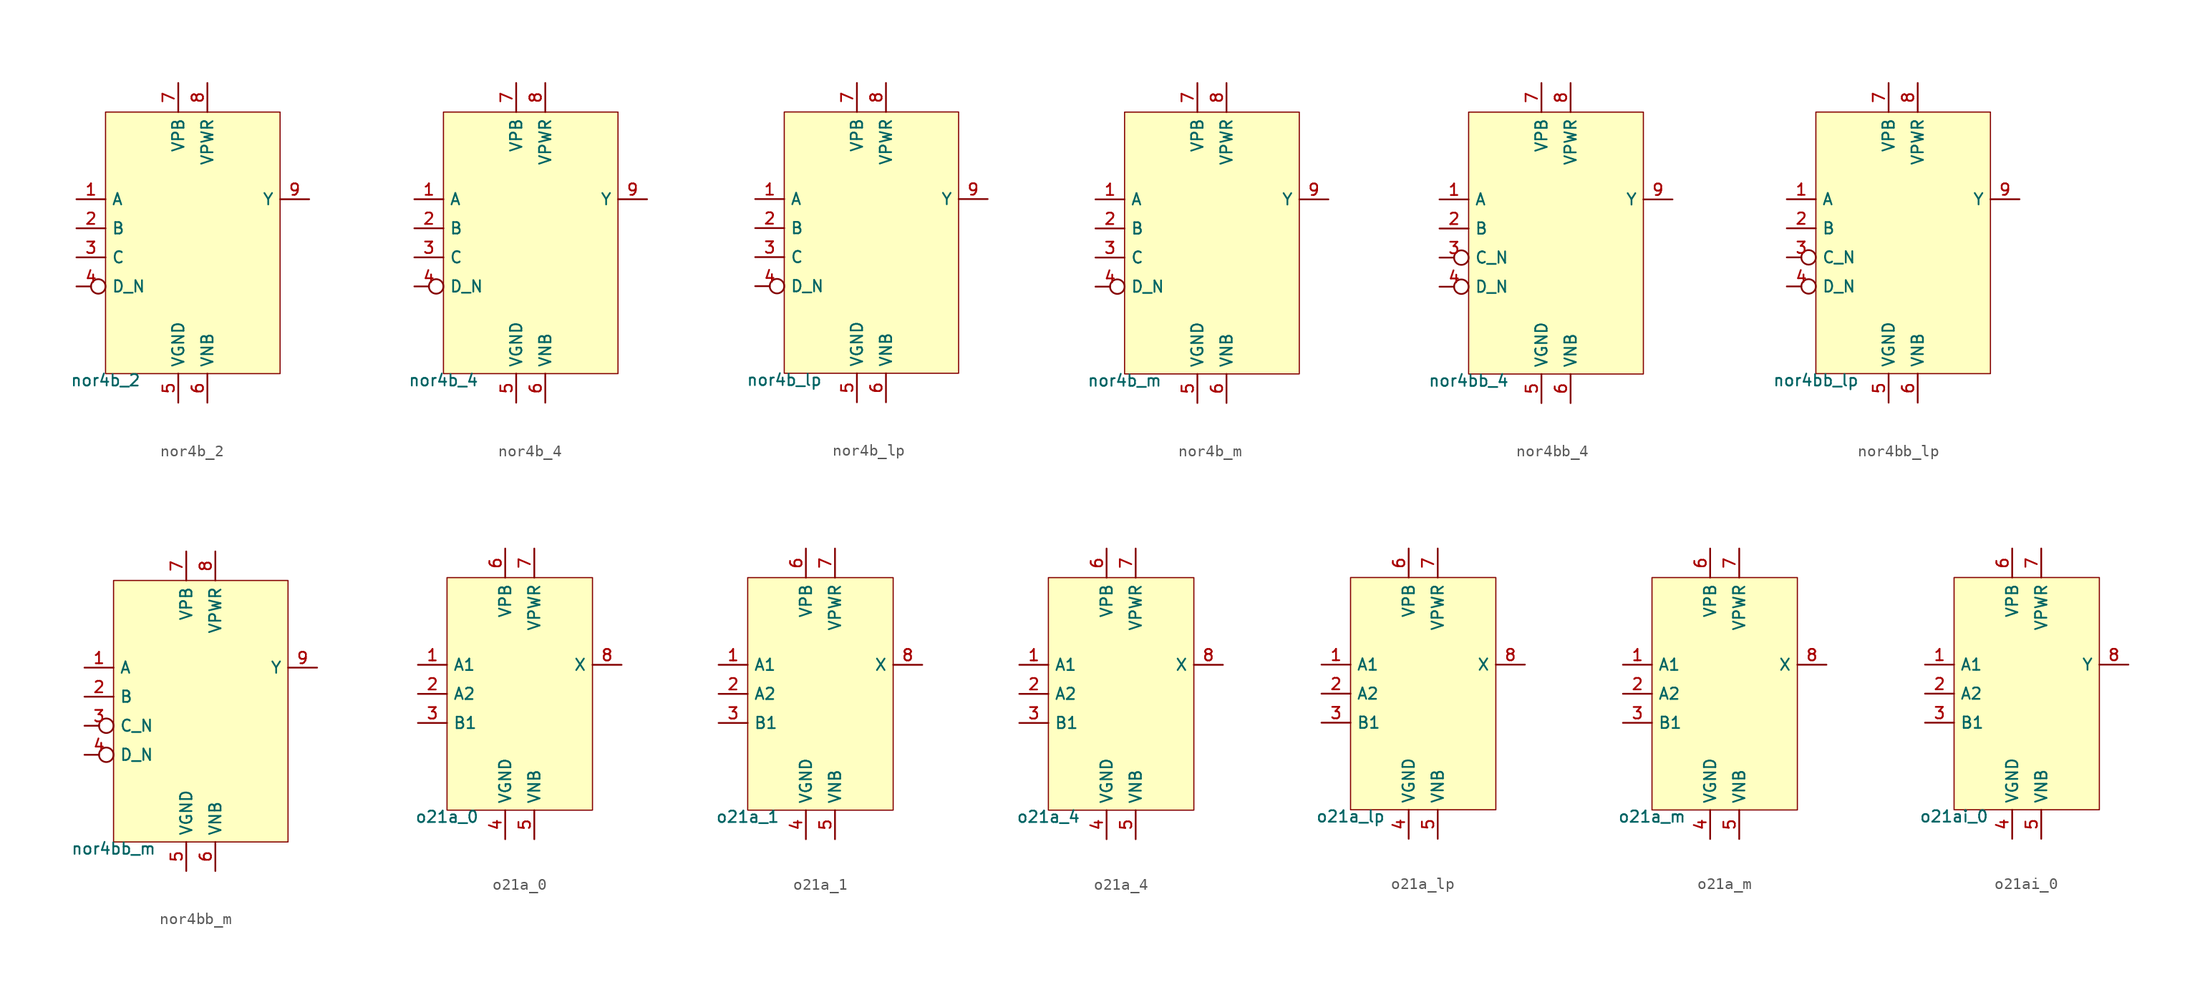
<source format=kicad_sym>
(kicad_symbol_lib
  (version 20211014)
  (generator pdk2kicad)
  (symbol "nor4b_2"
    (property "Reference" "X"
      (at 0 0 0)
      (effects (font (size 1 1)) hide))
    (property "Value" "nor4b_2"
      (at -7.62 -11.43 0)
      (effects (font (size 1 1)) (justify top)))
    (rectangle
      (start -7.62 -11.43)
      (end 7.62 11.43)
      (stroke (width 0.1) (type solid) (color 0 0 0 0))
      (fill (type background)))
    (pin input line
      (at -10.16 3.81 0)
      (length 2.54)
      (name "A" (effects (font (size 1 1)) hide))
      (number "1" (effects (font (size 1 1)) hide)))
    (pin input line
      (at -10.16 1.27 0)
      (length 2.54)
      (name "B" (effects (font (size 1 1)) hide))
      (number "2" (effects (font (size 1 1)) hide)))
    (pin input line
      (at -10.16 -1.27 0)
      (length 2.54)
      (name "C" (effects (font (size 1 1)) hide))
      (number "3" (effects (font (size 1 1)) hide)))
    (pin input inverted
      (at -10.16 -3.81 0)
      (length 2.54)
      (name "D_N" (effects (font (size 1 1)) hide))
      (number "4" (effects (font (size 1 1)) hide)))
    (pin power_in line
      (at -1.27 -13.97 90)
      (length 2.54)
      (name "VGND" (effects (font (size 1 1)) hide))
      (number "5" (effects (font (size 1 1)) hide)))
    (pin power_in line
      (at 1.27 -13.97 90)
      (length 2.54)
      (name "VNB" (effects (font (size 1 1)) hide))
      (number "6" (effects (font (size 1 1)) hide)))
    (pin power_in line
      (at -1.27 13.97 270)
      (length 2.54)
      (name "VPB" (effects (font (size 1 1)) hide))
      (number "7" (effects (font (size 1 1)) hide)))
    (pin power_in line
      (at 1.27 13.97 270)
      (length 2.54)
      (name "VPWR" (effects (font (size 1 1)) hide))
      (number "8" (effects (font (size 1 1)) hide)))
    (pin output line
      (at 10.16 3.81 180)
      (length 2.54)
      (name "Y" (effects (font (size 1 1)) hide))
      (number "9" (effects (font (size 1 1)) hide))))
  (symbol "nor4b_4"
    (property "Reference" "X"
      (at 0 0 0)
      (effects (font (size 1 1)) hide))
    (property "Value" "nor4b_4"
      (at -7.62 -11.43 0)
      (effects (font (size 1 1)) (justify top)))
    (rectangle
      (start -7.62 -11.43)
      (end 7.62 11.43)
      (stroke (width 0.1) (type solid) (color 0 0 0 0))
      (fill (type background)))
    (pin input line
      (at -10.16 3.81 0)
      (length 2.54)
      (name "A" (effects (font (size 1 1)) hide))
      (number "1" (effects (font (size 1 1)) hide)))
    (pin input line
      (at -10.16 1.27 0)
      (length 2.54)
      (name "B" (effects (font (size 1 1)) hide))
      (number "2" (effects (font (size 1 1)) hide)))
    (pin input line
      (at -10.16 -1.27 0)
      (length 2.54)
      (name "C" (effects (font (size 1 1)) hide))
      (number "3" (effects (font (size 1 1)) hide)))
    (pin input inverted
      (at -10.16 -3.81 0)
      (length 2.54)
      (name "D_N" (effects (font (size 1 1)) hide))
      (number "4" (effects (font (size 1 1)) hide)))
    (pin power_in line
      (at -1.27 -13.97 90)
      (length 2.54)
      (name "VGND" (effects (font (size 1 1)) hide))
      (number "5" (effects (font (size 1 1)) hide)))
    (pin power_in line
      (at 1.27 -13.97 90)
      (length 2.54)
      (name "VNB" (effects (font (size 1 1)) hide))
      (number "6" (effects (font (size 1 1)) hide)))
    (pin power_in line
      (at -1.27 13.97 270)
      (length 2.54)
      (name "VPB" (effects (font (size 1 1)) hide))
      (number "7" (effects (font (size 1 1)) hide)))
    (pin power_in line
      (at 1.27 13.97 270)
      (length 2.54)
      (name "VPWR" (effects (font (size 1 1)) hide))
      (number "8" (effects (font (size 1 1)) hide)))
    (pin output line
      (at 10.16 3.81 180)
      (length 2.54)
      (name "Y" (effects (font (size 1 1)) hide))
      (number "9" (effects (font (size 1 1)) hide))))
  (symbol "nor4b_lp"
    (property "Reference" "X"
      (at 0 0 0)
      (effects (font (size 1 1)) hide))
    (property "Value" "nor4b_lp"
      (at -7.62 -11.43 0)
      (effects (font (size 1 1)) (justify top)))
    (rectangle
      (start -7.62 -11.43)
      (end 7.62 11.43)
      (stroke (width 0.1) (type solid) (color 0 0 0 0))
      (fill (type background)))
    (pin input line
      (at -10.16 3.81 0)
      (length 2.54)
      (name "A" (effects (font (size 1 1)) hide))
      (number "1" (effects (font (size 1 1)) hide)))
    (pin input line
      (at -10.16 1.27 0)
      (length 2.54)
      (name "B" (effects (font (size 1 1)) hide))
      (number "2" (effects (font (size 1 1)) hide)))
    (pin input line
      (at -10.16 -1.27 0)
      (length 2.54)
      (name "C" (effects (font (size 1 1)) hide))
      (number "3" (effects (font (size 1 1)) hide)))
    (pin input inverted
      (at -10.16 -3.81 0)
      (length 2.54)
      (name "D_N" (effects (font (size 1 1)) hide))
      (number "4" (effects (font (size 1 1)) hide)))
    (pin power_in line
      (at -1.27 -13.97 90)
      (length 2.54)
      (name "VGND" (effects (font (size 1 1)) hide))
      (number "5" (effects (font (size 1 1)) hide)))
    (pin power_in line
      (at 1.27 -13.97 90)
      (length 2.54)
      (name "VNB" (effects (font (size 1 1)) hide))
      (number "6" (effects (font (size 1 1)) hide)))
    (pin power_in line
      (at -1.27 13.97 270)
      (length 2.54)
      (name "VPB" (effects (font (size 1 1)) hide))
      (number "7" (effects (font (size 1 1)) hide)))
    (pin power_in line
      (at 1.27 13.97 270)
      (length 2.54)
      (name "VPWR" (effects (font (size 1 1)) hide))
      (number "8" (effects (font (size 1 1)) hide)))
    (pin output line
      (at 10.16 3.81 180)
      (length 2.54)
      (name "Y" (effects (font (size 1 1)) hide))
      (number "9" (effects (font (size 1 1)) hide))))
  (symbol "nor4b_m"
    (property "Reference" "X"
      (at 0 0 0)
      (effects (font (size 1 1)) hide))
    (property "Value" "nor4b_m"
      (at -7.62 -11.43 0)
      (effects (font (size 1 1)) (justify top)))
    (rectangle
      (start -7.62 -11.43)
      (end 7.62 11.43)
      (stroke (width 0.1) (type solid) (color 0 0 0 0))
      (fill (type background)))
    (pin input line
      (at -10.16 3.81 0)
      (length 2.54)
      (name "A" (effects (font (size 1 1)) hide))
      (number "1" (effects (font (size 1 1)) hide)))
    (pin input line
      (at -10.16 1.27 0)
      (length 2.54)
      (name "B" (effects (font (size 1 1)) hide))
      (number "2" (effects (font (size 1 1)) hide)))
    (pin input line
      (at -10.16 -1.27 0)
      (length 2.54)
      (name "C" (effects (font (size 1 1)) hide))
      (number "3" (effects (font (size 1 1)) hide)))
    (pin input inverted
      (at -10.16 -3.81 0)
      (length 2.54)
      (name "D_N" (effects (font (size 1 1)) hide))
      (number "4" (effects (font (size 1 1)) hide)))
    (pin power_in line
      (at -1.27 -13.97 90)
      (length 2.54)
      (name "VGND" (effects (font (size 1 1)) hide))
      (number "5" (effects (font (size 1 1)) hide)))
    (pin power_in line
      (at 1.27 -13.97 90)
      (length 2.54)
      (name "VNB" (effects (font (size 1 1)) hide))
      (number "6" (effects (font (size 1 1)) hide)))
    (pin power_in line
      (at -1.27 13.97 270)
      (length 2.54)
      (name "VPB" (effects (font (size 1 1)) hide))
      (number "7" (effects (font (size 1 1)) hide)))
    (pin power_in line
      (at 1.27 13.97 270)
      (length 2.54)
      (name "VPWR" (effects (font (size 1 1)) hide))
      (number "8" (effects (font (size 1 1)) hide)))
    (pin output line
      (at 10.16 3.81 180)
      (length 2.54)
      (name "Y" (effects (font (size 1 1)) hide))
      (number "9" (effects (font (size 1 1)) hide))))
  (symbol "nor4bb_4"
    (property "Reference" "X"
      (at 0 0 0)
      (effects (font (size 1 1)) hide))
    (property "Value" "nor4bb_4"
      (at -7.62 -11.43 0)
      (effects (font (size 1 1)) (justify top)))
    (rectangle
      (start -7.62 -11.43)
      (end 7.62 11.43)
      (stroke (width 0.1) (type solid) (color 0 0 0 0))
      (fill (type background)))
    (pin input line
      (at -10.16 3.81 0)
      (length 2.54)
      (name "A" (effects (font (size 1 1)) hide))
      (number "1" (effects (font (size 1 1)) hide)))
    (pin input line
      (at -10.16 1.27 0)
      (length 2.54)
      (name "B" (effects (font (size 1 1)) hide))
      (number "2" (effects (font (size 1 1)) hide)))
    (pin input inverted
      (at -10.16 -1.27 0)
      (length 2.54)
      (name "C_N" (effects (font (size 1 1)) hide))
      (number "3" (effects (font (size 1 1)) hide)))
    (pin input inverted
      (at -10.16 -3.81 0)
      (length 2.54)
      (name "D_N" (effects (font (size 1 1)) hide))
      (number "4" (effects (font (size 1 1)) hide)))
    (pin power_in line
      (at -1.27 -13.97 90)
      (length 2.54)
      (name "VGND" (effects (font (size 1 1)) hide))
      (number "5" (effects (font (size 1 1)) hide)))
    (pin power_in line
      (at 1.27 -13.97 90)
      (length 2.54)
      (name "VNB" (effects (font (size 1 1)) hide))
      (number "6" (effects (font (size 1 1)) hide)))
    (pin power_in line
      (at -1.27 13.97 270)
      (length 2.54)
      (name "VPB" (effects (font (size 1 1)) hide))
      (number "7" (effects (font (size 1 1)) hide)))
    (pin power_in line
      (at 1.27 13.97 270)
      (length 2.54)
      (name "VPWR" (effects (font (size 1 1)) hide))
      (number "8" (effects (font (size 1 1)) hide)))
    (pin output line
      (at 10.16 3.81 180)
      (length 2.54)
      (name "Y" (effects (font (size 1 1)) hide))
      (number "9" (effects (font (size 1 1)) hide))))
  (symbol "nor4bb_lp"
    (property "Reference" "X"
      (at 0 0 0)
      (effects (font (size 1 1)) hide))
    (property "Value" "nor4bb_lp"
      (at -7.62 -11.43 0)
      (effects (font (size 1 1)) (justify top)))
    (rectangle
      (start -7.62 -11.43)
      (end 7.62 11.43)
      (stroke (width 0.1) (type solid) (color 0 0 0 0))
      (fill (type background)))
    (pin input line
      (at -10.16 3.81 0)
      (length 2.54)
      (name "A" (effects (font (size 1 1)) hide))
      (number "1" (effects (font (size 1 1)) hide)))
    (pin input line
      (at -10.16 1.27 0)
      (length 2.54)
      (name "B" (effects (font (size 1 1)) hide))
      (number "2" (effects (font (size 1 1)) hide)))
    (pin input inverted
      (at -10.16 -1.27 0)
      (length 2.54)
      (name "C_N" (effects (font (size 1 1)) hide))
      (number "3" (effects (font (size 1 1)) hide)))
    (pin input inverted
      (at -10.16 -3.81 0)
      (length 2.54)
      (name "D_N" (effects (font (size 1 1)) hide))
      (number "4" (effects (font (size 1 1)) hide)))
    (pin power_in line
      (at -1.27 -13.97 90)
      (length 2.54)
      (name "VGND" (effects (font (size 1 1)) hide))
      (number "5" (effects (font (size 1 1)) hide)))
    (pin power_in line
      (at 1.27 -13.97 90)
      (length 2.54)
      (name "VNB" (effects (font (size 1 1)) hide))
      (number "6" (effects (font (size 1 1)) hide)))
    (pin power_in line
      (at -1.27 13.97 270)
      (length 2.54)
      (name "VPB" (effects (font (size 1 1)) hide))
      (number "7" (effects (font (size 1 1)) hide)))
    (pin power_in line
      (at 1.27 13.97 270)
      (length 2.54)
      (name "VPWR" (effects (font (size 1 1)) hide))
      (number "8" (effects (font (size 1 1)) hide)))
    (pin output line
      (at 10.16 3.81 180)
      (length 2.54)
      (name "Y" (effects (font (size 1 1)) hide))
      (number "9" (effects (font (size 1 1)) hide))))
  (symbol "nor4bb_m"
    (property "Reference" "X"
      (at 0 0 0)
      (effects (font (size 1 1)) hide))
    (property "Value" "nor4bb_m"
      (at -7.62 -11.43 0)
      (effects (font (size 1 1)) (justify top)))
    (rectangle
      (start -7.62 -11.43)
      (end 7.62 11.43)
      (stroke (width 0.1) (type solid) (color 0 0 0 0))
      (fill (type background)))
    (pin input line
      (at -10.16 3.81 0)
      (length 2.54)
      (name "A" (effects (font (size 1 1)) hide))
      (number "1" (effects (font (size 1 1)) hide)))
    (pin input line
      (at -10.16 1.27 0)
      (length 2.54)
      (name "B" (effects (font (size 1 1)) hide))
      (number "2" (effects (font (size 1 1)) hide)))
    (pin input inverted
      (at -10.16 -1.27 0)
      (length 2.54)
      (name "C_N" (effects (font (size 1 1)) hide))
      (number "3" (effects (font (size 1 1)) hide)))
    (pin input inverted
      (at -10.16 -3.81 0)
      (length 2.54)
      (name "D_N" (effects (font (size 1 1)) hide))
      (number "4" (effects (font (size 1 1)) hide)))
    (pin power_in line
      (at -1.27 -13.97 90)
      (length 2.54)
      (name "VGND" (effects (font (size 1 1)) hide))
      (number "5" (effects (font (size 1 1)) hide)))
    (pin power_in line
      (at 1.27 -13.97 90)
      (length 2.54)
      (name "VNB" (effects (font (size 1 1)) hide))
      (number "6" (effects (font (size 1 1)) hide)))
    (pin power_in line
      (at -1.27 13.97 270)
      (length 2.54)
      (name "VPB" (effects (font (size 1 1)) hide))
      (number "7" (effects (font (size 1 1)) hide)))
    (pin power_in line
      (at 1.27 13.97 270)
      (length 2.54)
      (name "VPWR" (effects (font (size 1 1)) hide))
      (number "8" (effects (font (size 1 1)) hide)))
    (pin output line
      (at 10.16 3.81 180)
      (length 2.54)
      (name "Y" (effects (font (size 1 1)) hide))
      (number "9" (effects (font (size 1 1)) hide))))
  (symbol "o21a_0"
    (property "Reference" "X"
      (at 0 0 0)
      (effects (font (size 1 1)) hide))
    (property "Value" "o21a_0"
      (at -6.35 -10.16 0)
      (effects (font (size 1 1)) (justify top)))
    (rectangle
      (start -6.35 -10.16)
      (end 6.35 10.16)
      (stroke (width 0.1) (type solid) (color 0 0 0 0))
      (fill (type background)))
    (pin input line
      (at -8.89 2.54 0)
      (length 2.54)
      (name "A1" (effects (font (size 1 1)) hide))
      (number "1" (effects (font (size 1 1)) hide)))
    (pin input line
      (at -8.89 0.0 0)
      (length 2.54)
      (name "A2" (effects (font (size 1 1)) hide))
      (number "2" (effects (font (size 1 1)) hide)))
    (pin input line
      (at -8.89 -2.54 0)
      (length 2.54)
      (name "B1" (effects (font (size 1 1)) hide))
      (number "3" (effects (font (size 1 1)) hide)))
    (pin power_in line
      (at -1.27 -12.7 90)
      (length 2.54)
      (name "VGND" (effects (font (size 1 1)) hide))
      (number "4" (effects (font (size 1 1)) hide)))
    (pin power_in line
      (at 1.27 -12.7 90)
      (length 2.54)
      (name "VNB" (effects (font (size 1 1)) hide))
      (number "5" (effects (font (size 1 1)) hide)))
    (pin power_in line
      (at -1.27 12.7 270)
      (length 2.54)
      (name "VPB" (effects (font (size 1 1)) hide))
      (number "6" (effects (font (size 1 1)) hide)))
    (pin power_in line
      (at 1.27 12.7 270)
      (length 2.54)
      (name "VPWR" (effects (font (size 1 1)) hide))
      (number "7" (effects (font (size 1 1)) hide)))
    (pin output line
      (at 8.89 2.54 180)
      (length 2.54)
      (name "X" (effects (font (size 1 1)) hide))
      (number "8" (effects (font (size 1 1)) hide))))
  (symbol "o21a_1"
    (property "Reference" "X"
      (at 0 0 0)
      (effects (font (size 1 1)) hide))
    (property "Value" "o21a_1"
      (at -6.35 -10.16 0)
      (effects (font (size 1 1)) (justify top)))
    (rectangle
      (start -6.35 -10.16)
      (end 6.35 10.16)
      (stroke (width 0.1) (type solid) (color 0 0 0 0))
      (fill (type background)))
    (pin input line
      (at -8.89 2.54 0)
      (length 2.54)
      (name "A1" (effects (font (size 1 1)) hide))
      (number "1" (effects (font (size 1 1)) hide)))
    (pin input line
      (at -8.89 0.0 0)
      (length 2.54)
      (name "A2" (effects (font (size 1 1)) hide))
      (number "2" (effects (font (size 1 1)) hide)))
    (pin input line
      (at -8.89 -2.54 0)
      (length 2.54)
      (name "B1" (effects (font (size 1 1)) hide))
      (number "3" (effects (font (size 1 1)) hide)))
    (pin power_in line
      (at -1.27 -12.7 90)
      (length 2.54)
      (name "VGND" (effects (font (size 1 1)) hide))
      (number "4" (effects (font (size 1 1)) hide)))
    (pin power_in line
      (at 1.27 -12.7 90)
      (length 2.54)
      (name "VNB" (effects (font (size 1 1)) hide))
      (number "5" (effects (font (size 1 1)) hide)))
    (pin power_in line
      (at -1.27 12.7 270)
      (length 2.54)
      (name "VPB" (effects (font (size 1 1)) hide))
      (number "6" (effects (font (size 1 1)) hide)))
    (pin power_in line
      (at 1.27 12.7 270)
      (length 2.54)
      (name "VPWR" (effects (font (size 1 1)) hide))
      (number "7" (effects (font (size 1 1)) hide)))
    (pin output line
      (at 8.89 2.54 180)
      (length 2.54)
      (name "X" (effects (font (size 1 1)) hide))
      (number "8" (effects (font (size 1 1)) hide))))
  (symbol "o21a_4"
    (property "Reference" "X"
      (at 0 0 0)
      (effects (font (size 1 1)) hide))
    (property "Value" "o21a_4"
      (at -6.35 -10.16 0)
      (effects (font (size 1 1)) (justify top)))
    (rectangle
      (start -6.35 -10.16)
      (end 6.35 10.16)
      (stroke (width 0.1) (type solid) (color 0 0 0 0))
      (fill (type background)))
    (pin input line
      (at -8.89 2.54 0)
      (length 2.54)
      (name "A1" (effects (font (size 1 1)) hide))
      (number "1" (effects (font (size 1 1)) hide)))
    (pin input line
      (at -8.89 0.0 0)
      (length 2.54)
      (name "A2" (effects (font (size 1 1)) hide))
      (number "2" (effects (font (size 1 1)) hide)))
    (pin input line
      (at -8.89 -2.54 0)
      (length 2.54)
      (name "B1" (effects (font (size 1 1)) hide))
      (number "3" (effects (font (size 1 1)) hide)))
    (pin power_in line
      (at -1.27 -12.7 90)
      (length 2.54)
      (name "VGND" (effects (font (size 1 1)) hide))
      (number "4" (effects (font (size 1 1)) hide)))
    (pin power_in line
      (at 1.27 -12.7 90)
      (length 2.54)
      (name "VNB" (effects (font (size 1 1)) hide))
      (number "5" (effects (font (size 1 1)) hide)))
    (pin power_in line
      (at -1.27 12.7 270)
      (length 2.54)
      (name "VPB" (effects (font (size 1 1)) hide))
      (number "6" (effects (font (size 1 1)) hide)))
    (pin power_in line
      (at 1.27 12.7 270)
      (length 2.54)
      (name "VPWR" (effects (font (size 1 1)) hide))
      (number "7" (effects (font (size 1 1)) hide)))
    (pin output line
      (at 8.89 2.54 180)
      (length 2.54)
      (name "X" (effects (font (size 1 1)) hide))
      (number "8" (effects (font (size 1 1)) hide))))
  (symbol "o21a_lp"
    (property "Reference" "X"
      (at 0 0 0)
      (effects (font (size 1 1)) hide))
    (property "Value" "o21a_lp"
      (at -6.35 -10.16 0)
      (effects (font (size 1 1)) (justify top)))
    (rectangle
      (start -6.35 -10.16)
      (end 6.35 10.16)
      (stroke (width 0.1) (type solid) (color 0 0 0 0))
      (fill (type background)))
    (pin input line
      (at -8.89 2.54 0)
      (length 2.54)
      (name "A1" (effects (font (size 1 1)) hide))
      (number "1" (effects (font (size 1 1)) hide)))
    (pin input line
      (at -8.89 0.0 0)
      (length 2.54)
      (name "A2" (effects (font (size 1 1)) hide))
      (number "2" (effects (font (size 1 1)) hide)))
    (pin input line
      (at -8.89 -2.54 0)
      (length 2.54)
      (name "B1" (effects (font (size 1 1)) hide))
      (number "3" (effects (font (size 1 1)) hide)))
    (pin power_in line
      (at -1.27 -12.7 90)
      (length 2.54)
      (name "VGND" (effects (font (size 1 1)) hide))
      (number "4" (effects (font (size 1 1)) hide)))
    (pin power_in line
      (at 1.27 -12.7 90)
      (length 2.54)
      (name "VNB" (effects (font (size 1 1)) hide))
      (number "5" (effects (font (size 1 1)) hide)))
    (pin power_in line
      (at -1.27 12.7 270)
      (length 2.54)
      (name "VPB" (effects (font (size 1 1)) hide))
      (number "6" (effects (font (size 1 1)) hide)))
    (pin power_in line
      (at 1.27 12.7 270)
      (length 2.54)
      (name "VPWR" (effects (font (size 1 1)) hide))
      (number "7" (effects (font (size 1 1)) hide)))
    (pin output line
      (at 8.89 2.54 180)
      (length 2.54)
      (name "X" (effects (font (size 1 1)) hide))
      (number "8" (effects (font (size 1 1)) hide))))
  (symbol "o21a_m"
    (property "Reference" "X"
      (at 0 0 0)
      (effects (font (size 1 1)) hide))
    (property "Value" "o21a_m"
      (at -6.35 -10.16 0)
      (effects (font (size 1 1)) (justify top)))
    (rectangle
      (start -6.35 -10.16)
      (end 6.35 10.16)
      (stroke (width 0.1) (type solid) (color 0 0 0 0))
      (fill (type background)))
    (pin input line
      (at -8.89 2.54 0)
      (length 2.54)
      (name "A1" (effects (font (size 1 1)) hide))
      (number "1" (effects (font (size 1 1)) hide)))
    (pin input line
      (at -8.89 0.0 0)
      (length 2.54)
      (name "A2" (effects (font (size 1 1)) hide))
      (number "2" (effects (font (size 1 1)) hide)))
    (pin input line
      (at -8.89 -2.54 0)
      (length 2.54)
      (name "B1" (effects (font (size 1 1)) hide))
      (number "3" (effects (font (size 1 1)) hide)))
    (pin power_in line
      (at -1.27 -12.7 90)
      (length 2.54)
      (name "VGND" (effects (font (size 1 1)) hide))
      (number "4" (effects (font (size 1 1)) hide)))
    (pin power_in line
      (at 1.27 -12.7 90)
      (length 2.54)
      (name "VNB" (effects (font (size 1 1)) hide))
      (number "5" (effects (font (size 1 1)) hide)))
    (pin power_in line
      (at -1.27 12.7 270)
      (length 2.54)
      (name "VPB" (effects (font (size 1 1)) hide))
      (number "6" (effects (font (size 1 1)) hide)))
    (pin power_in line
      (at 1.27 12.7 270)
      (length 2.54)
      (name "VPWR" (effects (font (size 1 1)) hide))
      (number "7" (effects (font (size 1 1)) hide)))
    (pin output line
      (at 8.89 2.54 180)
      (length 2.54)
      (name "X" (effects (font (size 1 1)) hide))
      (number "8" (effects (font (size 1 1)) hide))))
  (symbol "o21ai_0"
    (property "Reference" "X"
      (at 0 0 0)
      (effects (font (size 1 1)) hide))
    (property "Value" "o21ai_0"
      (at -6.35 -10.16 0)
      (effects (font (size 1 1)) (justify top)))
    (rectangle
      (start -6.35 -10.16)
      (end 6.35 10.16)
      (stroke (width 0.1) (type solid) (color 0 0 0 0))
      (fill (type background)))
    (pin input line
      (at -8.89 2.54 0)
      (length 2.54)
      (name "A1" (effects (font (size 1 1)) hide))
      (number "1" (effects (font (size 1 1)) hide)))
    (pin input line
      (at -8.89 0.0 0)
      (length 2.54)
      (name "A2" (effects (font (size 1 1)) hide))
      (number "2" (effects (font (size 1 1)) hide)))
    (pin input line
      (at -8.89 -2.54 0)
      (length 2.54)
      (name "B1" (effects (font (size 1 1)) hide))
      (number "3" (effects (font (size 1 1)) hide)))
    (pin power_in line
      (at -1.27 -12.7 90)
      (length 2.54)
      (name "VGND" (effects (font (size 1 1)) hide))
      (number "4" (effects (font (size 1 1)) hide)))
    (pin power_in line
      (at 1.27 -12.7 90)
      (length 2.54)
      (name "VNB" (effects (font (size 1 1)) hide))
      (number "5" (effects (font (size 1 1)) hide)))
    (pin power_in line
      (at -1.27 12.7 270)
      (length 2.54)
      (name "VPB" (effects (font (size 1 1)) hide))
      (number "6" (effects (font (size 1 1)) hide)))
    (pin power_in line
      (at 1.27 12.7 270)
      (length 2.54)
      (name "VPWR" (effects (font (size 1 1)) hide))
      (number "7" (effects (font (size 1 1)) hide)))
    (pin output line
      (at 8.89 2.54 180)
      (length 2.54)
      (name "Y" (effects (font (size 1 1)) hide))
      (number "8" (effects (font (size 1 1)) hide)))))
</source>
